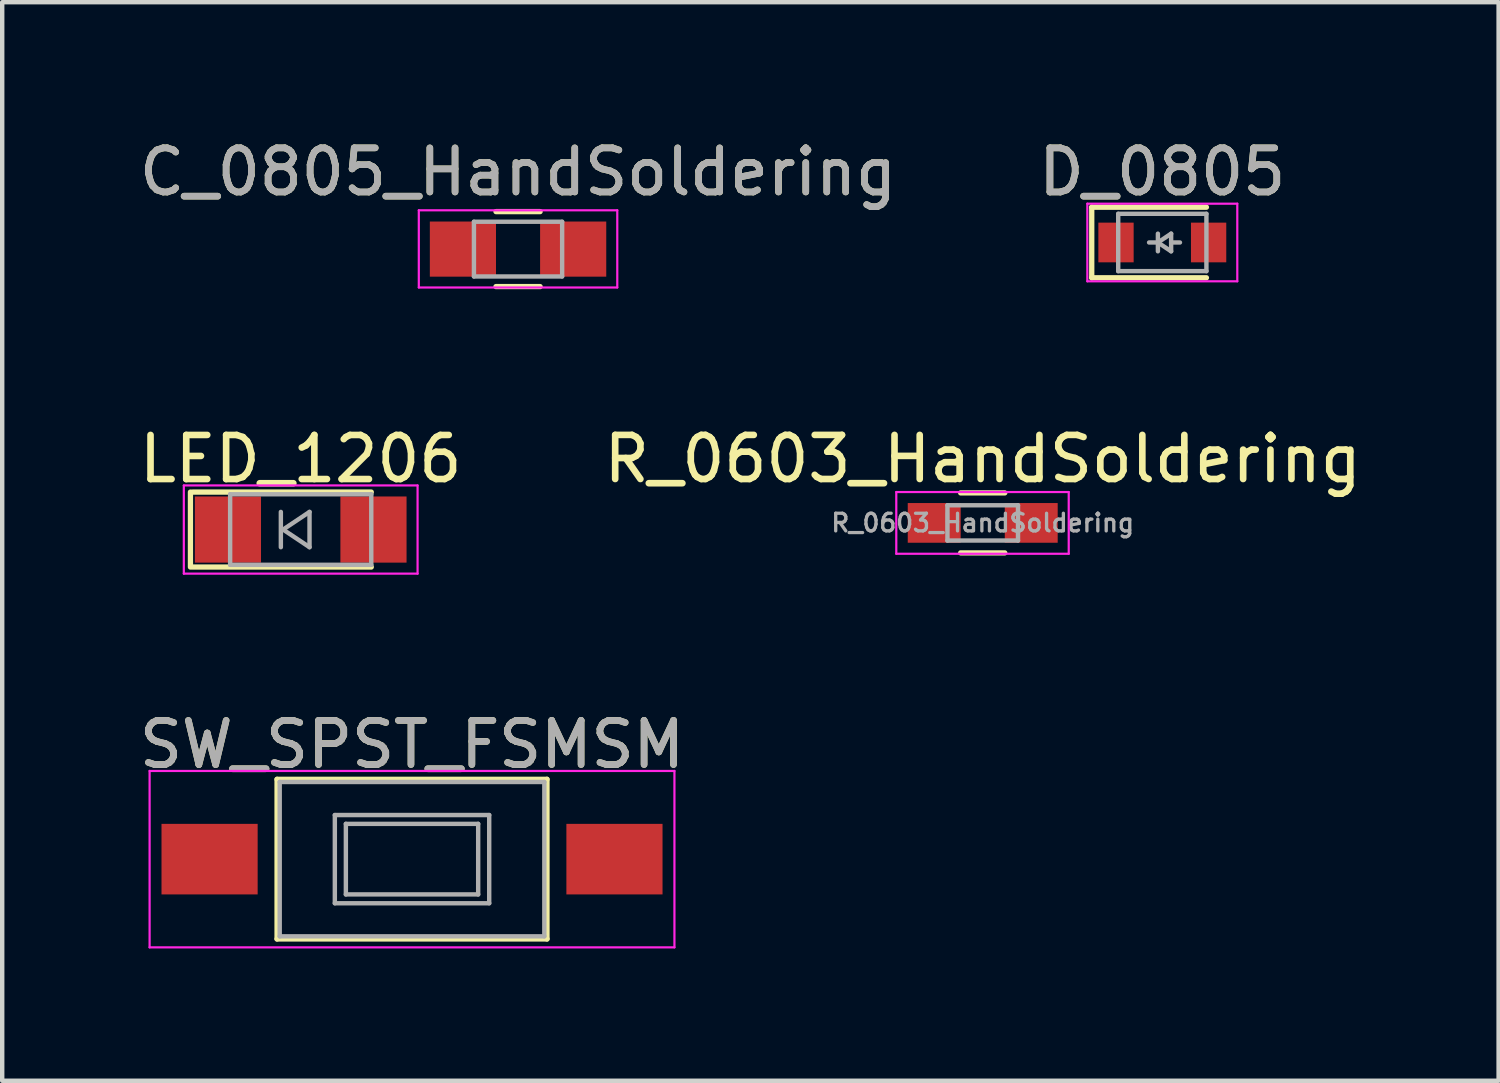
<source format=kicad_pcb>
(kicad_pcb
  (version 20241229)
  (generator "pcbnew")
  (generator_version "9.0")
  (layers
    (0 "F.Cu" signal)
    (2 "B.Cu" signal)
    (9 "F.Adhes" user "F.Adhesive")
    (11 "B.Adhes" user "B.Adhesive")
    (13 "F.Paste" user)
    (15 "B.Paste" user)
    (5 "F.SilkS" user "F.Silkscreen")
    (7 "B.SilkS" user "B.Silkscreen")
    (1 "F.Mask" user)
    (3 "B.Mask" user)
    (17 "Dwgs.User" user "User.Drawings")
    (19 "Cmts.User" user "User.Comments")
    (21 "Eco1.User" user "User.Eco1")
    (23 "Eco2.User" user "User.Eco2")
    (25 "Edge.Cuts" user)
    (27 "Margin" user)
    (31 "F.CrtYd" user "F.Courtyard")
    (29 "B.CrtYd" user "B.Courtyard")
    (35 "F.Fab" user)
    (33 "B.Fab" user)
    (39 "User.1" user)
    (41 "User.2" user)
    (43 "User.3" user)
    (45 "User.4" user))
  (footprint "C_0805_HandSoldering"
    (layer "F.Cu")
    (at 8.696 2.598)
    (property "Reference" "C_0805_HandSoldering" (at 0 -1.75 0) (layer "F.SilkS") (effects (font (size 1 1) (thickness 0.15))))
    (attr smd)
    (fp_line (start -0.5 0.85) (end 0.5 0.85) (stroke (width 0.12) (type solid)) (layer "F.SilkS"))
    (fp_line (start 0.5 -0.85) (end -0.5 -0.85) (stroke (width 0.12) (type solid)) (layer "F.SilkS"))
    (fp_line (start -2.25 -0.88) (end -2.25 0.87) (stroke (width 0.05) (type solid)) (layer "F.CrtYd"))
    (fp_line (start -2.25 -0.88) (end 2.25 -0.88) (stroke (width 0.05) (type solid)) (layer "F.CrtYd"))
    (fp_line (start 2.25 0.87) (end -2.25 0.87) (stroke (width 0.05) (type solid)) (layer "F.CrtYd"))
    (fp_line (start 2.25 0.87) (end 2.25 -0.88) (stroke (width 0.05) (type solid)) (layer "F.CrtYd"))
    (fp_line (start -1 -0.62) (end 1 -0.62) (stroke (width 0.1) (type solid)) (layer "F.Fab"))
    (fp_line (start -1 0.62) (end -1 -0.62) (stroke (width 0.1) (type solid)) (layer "F.Fab"))
    (fp_line (start 1 -0.62) (end 1 0.62) (stroke (width 0.1) (type solid)) (layer "F.Fab"))
    (fp_line (start 1 0.62) (end -1 0.62) (stroke (width 0.1) (type solid)) (layer "F.Fab"))
    (fp_text user "${REFERENCE}" (at 0 -1.75 0) (layer "F.Fab") (effects (font (size 1 1) (thickness 0.15))))
    (pad "1" smd rect (at -1.25 0) (size 1.5 1.25) (layers "F.Cu" "F.Mask" "F.Paste"))
    (pad "2" smd rect (at 1.25 0) (size 1.5 1.25) (layers "F.Cu" "F.Mask" "F.Paste")))
  (footprint "D_0805"
    (layer "F.Cu")
    (at 23.304 2.448)
    (property "Reference" "D_0805" (at 0 -1.6 0) (layer "F.SilkS") (effects (font (size 1 1) (thickness 0.15))))
    (attr smd)
    (fp_line (start -1.6 -0.8) (end -1.6 0.8) (stroke (width 0.12) (type solid)) (layer "F.SilkS"))
    (fp_line (start -1.6 -0.8) (end 1 -0.8) (stroke (width 0.12) (type solid)) (layer "F.SilkS"))
    (fp_line (start -1.6 0.8) (end 1 0.8) (stroke (width 0.12) (type solid)) (layer "F.SilkS"))
    (fp_line (start -1.7 -0.88) (end 1.7 -0.88) (stroke (width 0.05) (type solid)) (layer "F.CrtYd"))
    (fp_line (start -1.7 0.88) (end -1.7 -0.88) (stroke (width 0.05) (type solid)) (layer "F.CrtYd"))
    (fp_line (start 1.7 -0.88) (end 1.7 0.88) (stroke (width 0.05) (type solid)) (layer "F.CrtYd"))
    (fp_line (start 1.7 0.88) (end -1.7 0.88) (stroke (width 0.05) (type solid)) (layer "F.CrtYd"))
    (fp_line (start -1 -0.65) (end 1 -0.65) (stroke (width 0.1) (type solid)) (layer "F.Fab"))
    (fp_line (start -1 0.65) (end -1 -0.65) (stroke (width 0.1) (type solid)) (layer "F.Fab"))
    (fp_line (start -0.1 -0.2) (end -0.1 0.2) (stroke (width 0.1) (type solid)) (layer "F.Fab"))
    (fp_line (start -0.1 0) (end -0.3 0) (stroke (width 0.1) (type solid)) (layer "F.Fab"))
    (fp_line (start -0.1 0) (end 0.2 0.2) (stroke (width 0.1) (type solid)) (layer "F.Fab"))
    (fp_line (start 0.2 -0.2) (end -0.1 0) (stroke (width 0.1) (type solid)) (layer "F.Fab"))
    (fp_line (start 0.2 0) (end 0.4 0) (stroke (width 0.1) (type solid)) (layer "F.Fab"))
    (fp_line (start 0.2 0.2) (end 0.2 -0.2) (stroke (width 0.1) (type solid)) (layer "F.Fab"))
    (fp_line (start 1 -0.65) (end 1 0.65) (stroke (width 0.1) (type solid)) (layer "F.Fab"))
    (fp_line (start 1 0.65) (end -1 0.65) (stroke (width 0.1) (type solid)) (layer "F.Fab"))
    (fp_text user "${REFERENCE}" (at 0 -1.6 0) (layer "F.Fab") (effects (font (size 1 1) (thickness 0.15))))
    (pad "1" smd rect (at -1.05 0) (size 0.8 0.9) (layers "F.Cu" "F.Mask" "F.Paste"))
    (pad "2" smd rect (at 1.05 0) (size 0.8 0.9) (layers "F.Cu" "F.Mask" "F.Paste")))
  (footprint "LED_1206"
    (layer "F.Cu")
    (at 3.768 8.957)
    (property "Reference" "LED_1206" (at 0 -1.6 0) (layer "F.SilkS") (effects (font (size 1 1) (thickness 0.15))))
    (attr smd)
    (fp_line (start -2.5 -0.85) (end -2.5 0.85) (stroke (width 0.12) (type solid)) (layer "F.SilkS"))
    (fp_line (start -2.45 -0.85) (end 1.6 -0.85) (stroke (width 0.12) (type solid)) (layer "F.SilkS"))
    (fp_line (start -2.45 0.85) (end 1.6 0.85) (stroke (width 0.12) (type solid)) (layer "F.SilkS"))
    (fp_line (start -2.65 -1) (end 2.65 -1) (stroke (width 0.05) (type solid)) (layer "F.CrtYd"))
    (fp_line (start -2.65 1) (end -2.65 -1) (stroke (width 0.05) (type solid)) (layer "F.CrtYd"))
    (fp_line (start 2.65 -1) (end 2.65 1) (stroke (width 0.05) (type solid)) (layer "F.CrtYd"))
    (fp_line (start 2.65 1) (end -2.65 1) (stroke (width 0.05) (type solid)) (layer "F.CrtYd"))
    (fp_line (start -1.6 -0.8) (end 1.6 -0.8) (stroke (width 0.1) (type solid)) (layer "F.Fab"))
    (fp_line (start -1.6 0.8) (end -1.6 -0.8) (stroke (width 0.1) (type solid)) (layer "F.Fab"))
    (fp_line (start -0.45 -0.4) (end -0.45 0.4) (stroke (width 0.1) (type solid)) (layer "F.Fab"))
    (fp_line (start -0.4 0) (end 0.2 -0.4) (stroke (width 0.1) (type solid)) (layer "F.Fab"))
    (fp_line (start 0.2 -0.4) (end 0.2 0.4) (stroke (width 0.1) (type solid)) (layer "F.Fab"))
    (fp_line (start 0.2 0.4) (end -0.4 0) (stroke (width 0.1) (type solid)) (layer "F.Fab"))
    (fp_line (start 1.6 -0.8) (end 1.6 0.8) (stroke (width 0.1) (type solid)) (layer "F.Fab"))
    (fp_line (start 1.6 0.8) (end -1.6 0.8) (stroke (width 0.1) (type solid)) (layer "F.Fab"))
    (pad "1" smd rect (at -1.65 0 180) (size 1.5 1.5) (layers "F.Cu" "F.Mask" "F.Paste"))
    (pad "2" smd rect (at 1.65 0 180) (size 1.5 1.5) (layers "F.Cu" "F.Mask" "F.Paste")))
  (footprint "SW_SPST_FSMSM"
    (layer "F.Cu")
    (at 6.292 16.43)
    (property "Reference" "SW_SPST_FSMSM" (at 0 -2.6 0) (layer "F.SilkS") (effects (font (size 1 1) (thickness 0.15))))
    (attr smd)
    (fp_line (start -3.06 -1.81) (end 3.06 -1.81) (stroke (width 0.12) (type solid)) (layer "F.SilkS"))
    (fp_line (start -3.06 1.81) (end -3.06 -1.81) (stroke (width 0.12) (type solid)) (layer "F.SilkS"))
    (fp_line (start 3.06 -1.81) (end 3.06 1.81) (stroke (width 0.12) (type solid)) (layer "F.SilkS"))
    (fp_line (start 3.06 1.81) (end -3.06 1.81) (stroke (width 0.12) (type solid)) (layer "F.SilkS"))
    (fp_line (start -5.95 -2) (end -5.95 2) (stroke (width 0.05) (type solid)) (layer "F.CrtYd"))
    (fp_line (start -5.95 -2) (end 5.95 -2) (stroke (width 0.05) (type solid)) (layer "F.CrtYd"))
    (fp_line (start -5.95 2) (end 5.95 2) (stroke (width 0.05) (type solid)) (layer "F.CrtYd"))
    (fp_line (start 5.95 -2) (end 5.95 2) (stroke (width 0.05) (type solid)) (layer "F.CrtYd"))
    (fp_line (start -3 -1.75) (end -3 1.75) (stroke (width 0.1) (type solid)) (layer "F.Fab"))
    (fp_line (start -3 -1.75) (end 3 -1.75) (stroke (width 0.1) (type solid)) (layer "F.Fab"))
    (fp_line (start -3 1.75) (end 3 1.75) (stroke (width 0.1) (type solid)) (layer "F.Fab"))
    (fp_line (start -1.75 -1) (end 1.75 -1) (stroke (width 0.1) (type solid)) (layer "F.Fab"))
    (fp_line (start -1.75 1) (end -1.75 -1) (stroke (width 0.1) (type solid)) (layer "F.Fab"))
    (fp_line (start -1.5 -0.8) (end -1.5 0.8) (stroke (width 0.1) (type solid)) (layer "F.Fab"))
    (fp_line (start -1.5 -0.8) (end 1.5 -0.8) (stroke (width 0.1) (type solid)) (layer "F.Fab"))
    (fp_line (start -1.5 0.8) (end 1.5 0.8) (stroke (width 0.1) (type solid)) (layer "F.Fab"))
    (fp_line (start 1.5 -0.8) (end 1.5 0.8) (stroke (width 0.1) (type solid)) (layer "F.Fab"))
    (fp_line (start 1.75 -1) (end 1.75 1) (stroke (width 0.1) (type solid)) (layer "F.Fab"))
    (fp_line (start 1.75 1) (end -1.75 1) (stroke (width 0.1) (type solid)) (layer "F.Fab"))
    (fp_line (start 3 -1.75) (end 3 1.75) (stroke (width 0.1) (type solid)) (layer "F.Fab"))
    (fp_text user "${REFERENCE}" (at 0 -2.6 0) (layer "F.Fab") (effects (font (size 1 1) (thickness 0.15))))
    (pad "1" smd rect (at -4.59 0) (size 2.18 1.6) (layers "F.Cu" "F.Mask" "F.Paste"))
    (pad "2" smd rect (at 4.59 0) (size 2.18 1.6) (layers "F.Cu" "F.Mask" "F.Paste")))
  (footprint "R_0603_HandSoldering"
    (layer "F.Cu")
    (at 19.232 8.806)
    (property "Reference" "R_0603_HandSoldering" (at 0 -1.45 0) (layer "F.SilkS") (effects (font (size 1 1) (thickness 0.15))))
    (attr smd)
    (fp_line (start -0.5 -0.68) (end 0.5 -0.68) (stroke (width 0.12) (type solid)) (layer "F.SilkS"))
    (fp_line (start 0.5 0.68) (end -0.5 0.68) (stroke (width 0.12) (type solid)) (layer "F.SilkS"))
    (fp_line (start -1.96 -0.7) (end -1.96 0.7) (stroke (width 0.05) (type solid)) (layer "F.CrtYd"))
    (fp_line (start -1.96 -0.7) (end 1.95 -0.7) (stroke (width 0.05) (type solid)) (layer "F.CrtYd"))
    (fp_line (start 1.95 0.7) (end -1.96 0.7) (stroke (width 0.05) (type solid)) (layer "F.CrtYd"))
    (fp_line (start 1.95 0.7) (end 1.95 -0.7) (stroke (width 0.05) (type solid)) (layer "F.CrtYd"))
    (fp_line (start -0.8 -0.4) (end 0.8 -0.4) (stroke (width 0.1) (type solid)) (layer "F.Fab"))
    (fp_line (start -0.8 0.4) (end -0.8 -0.4) (stroke (width 0.1) (type solid)) (layer "F.Fab"))
    (fp_line (start 0.8 -0.4) (end 0.8 0.4) (stroke (width 0.1) (type solid)) (layer "F.Fab"))
    (fp_line (start 0.8 0.4) (end -0.8 0.4) (stroke (width 0.1) (type solid)) (layer "F.Fab"))
    (fp_text user "${REFERENCE}" (at 0 0 0) (layer "F.Fab") (effects (font (size 0.4 0.4) (thickness 0.075))))
    (pad "1" smd rect (at -1.1 0) (size 1.2 0.9) (layers "F.Cu" "F.Mask" "F.Paste"))
    (pad "2" smd rect (at 1.1 0) (size 1.2 0.9) (layers "F.Cu" "F.Mask" "F.Paste")))
  (gr_rect
    (start -3 -3)
    (end 30.929 21.455)
    (stroke (width 0.1) (type default))
    (fill no)
    (layer "Edge.Cuts")))
</source>
